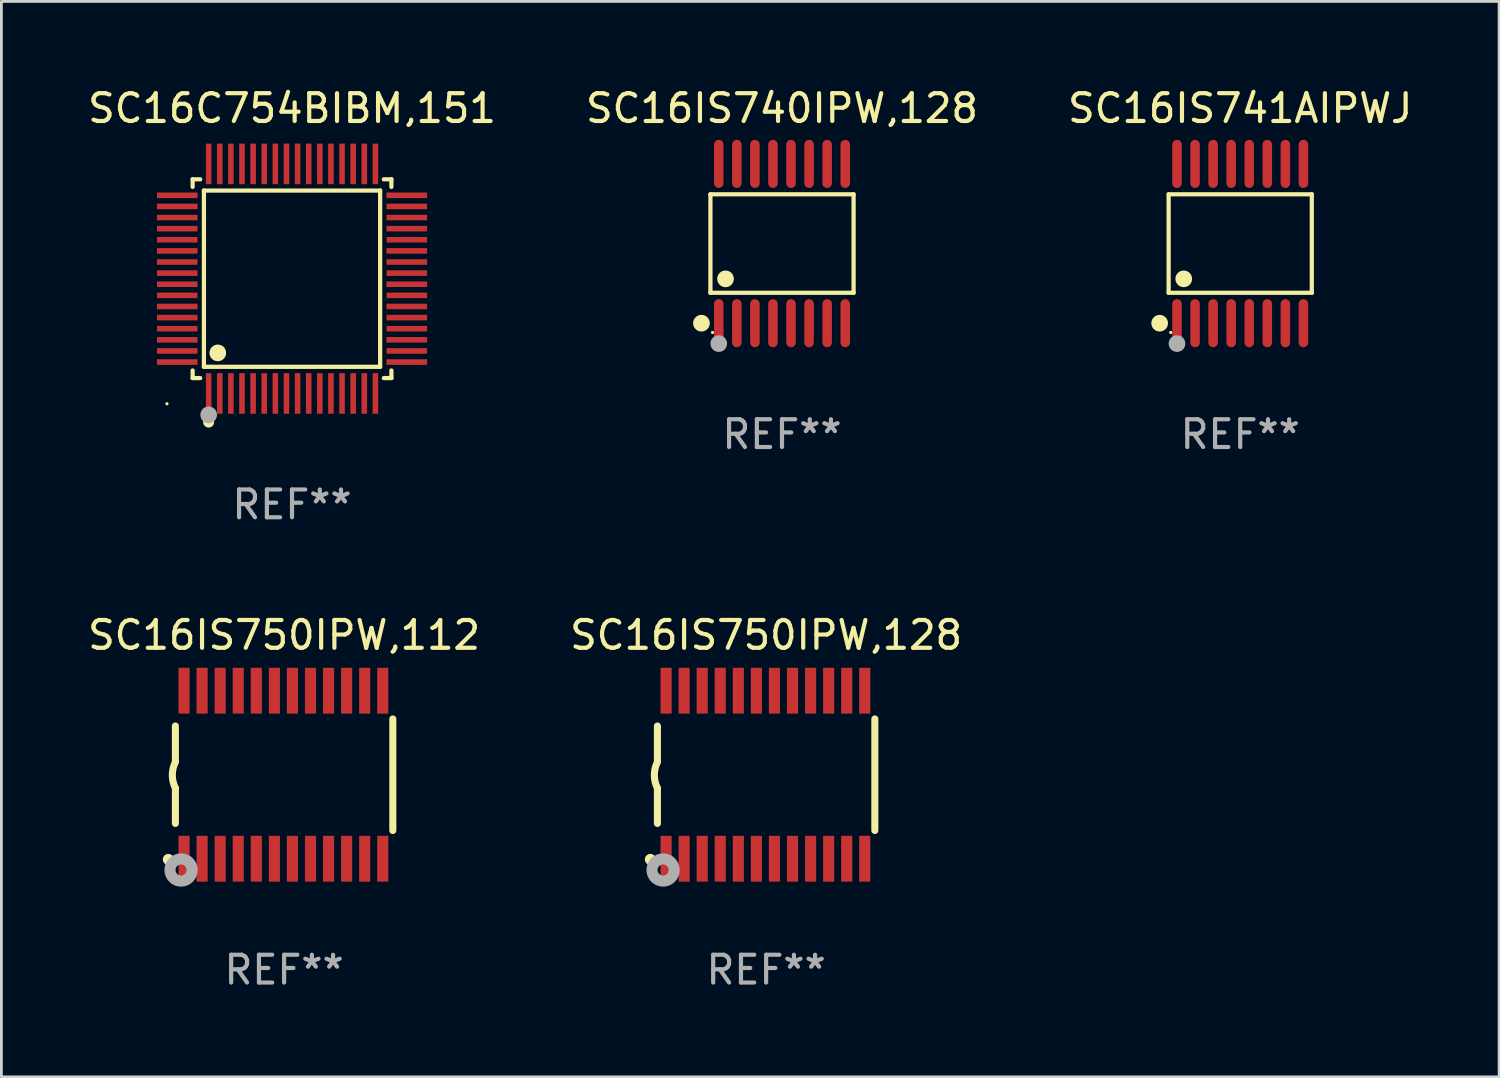
<source format=kicad_pcb>
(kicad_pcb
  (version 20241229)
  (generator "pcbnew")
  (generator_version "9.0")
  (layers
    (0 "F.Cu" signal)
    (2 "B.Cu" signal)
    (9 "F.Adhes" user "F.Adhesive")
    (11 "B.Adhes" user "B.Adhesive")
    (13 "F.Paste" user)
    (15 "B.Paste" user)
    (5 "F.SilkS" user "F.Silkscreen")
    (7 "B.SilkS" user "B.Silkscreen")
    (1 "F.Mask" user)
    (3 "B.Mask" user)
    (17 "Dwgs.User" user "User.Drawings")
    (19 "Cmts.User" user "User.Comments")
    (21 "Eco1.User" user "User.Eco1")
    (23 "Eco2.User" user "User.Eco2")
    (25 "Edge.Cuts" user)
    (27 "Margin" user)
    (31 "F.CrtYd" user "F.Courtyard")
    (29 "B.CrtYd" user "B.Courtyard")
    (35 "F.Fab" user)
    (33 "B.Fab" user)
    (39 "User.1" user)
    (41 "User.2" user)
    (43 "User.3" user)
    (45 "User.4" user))
  (footprint "SC16C754BIBM,151"
    (layer "F.Cu")
    (at 7.458 6.978)
    (property "Reference" "SC16C754BIBM,151" (at 0 -6.13 0) (layer "F.SilkS") (effects (font (size 1 1) (thickness 0.15))))
    (attr through_hole)
    (fp_line (start -3.576 -3.576) (end -3.303 -3.576) (stroke (width 0.152) (type solid)) (layer "F.SilkS"))
    (fp_line (start -3.576 -3.303) (end -3.576 -3.576) (stroke (width 0.152) (type solid)) (layer "F.SilkS"))
    (fp_line (start -3.576 3.303) (end -3.576 3.576) (stroke (width 0.152) (type solid)) (layer "F.SilkS"))
    (fp_line (start -3.576 3.576) (end -3.303 3.576) (stroke (width 0.152) (type solid)) (layer "F.SilkS"))
    (fp_line (start -3.171 -3.171) (end 3.171 -3.171) (stroke (width 0.152) (type solid)) (layer "F.SilkS"))
    (fp_line (start -3.171 3.171) (end -3.171 -3.171) (stroke (width 0.152) (type solid)) (layer "F.SilkS"))
    (fp_line (start 3.171 -3.171) (end 3.171 3.171) (stroke (width 0.152) (type solid)) (layer "F.SilkS"))
    (fp_line (start 3.171 3.171) (end -3.171 3.171) (stroke (width 0.152) (type solid)) (layer "F.SilkS"))
    (fp_line (start 3.576 -3.576) (end 3.303 -3.576) (stroke (width 0.152) (type solid)) (layer "F.SilkS"))
    (fp_line (start 3.576 -3.303) (end 3.576 -3.576) (stroke (width 0.152) (type solid)) (layer "F.SilkS"))
    (fp_line (start 3.576 3.303) (end 3.576 3.576) (stroke (width 0.152) (type solid)) (layer "F.SilkS"))
    (fp_line (start 3.576 3.576) (end 3.303 3.576) (stroke (width 0.152) (type solid)) (layer "F.SilkS"))
    (fp_circle (center -4.5 4.5) (end -4.47 4.5) (stroke (width 0.06) (type solid)) (fill no) (layer "F.SilkS"))
    (fp_circle (center -3 5.16) (end -2.9 5.16) (stroke (width 0.2) (type solid)) (fill no) (layer "F.SilkS"))
    (fp_circle (center -2.671 2.671) (end -2.521 2.671) (stroke (width 0.3) (type solid)) (fill no) (layer "F.SilkS"))
    (fp_circle (center -3 4.9) (end -2.85 4.9) (stroke (width 0.3) (type solid)) (fill no) (layer "F.Fab"))
    (fp_text user "REF**" (at 0 8.13 0) (layer "F.Fab") (effects (font (size 1 1) (thickness 0.15))))
    (pad "1" smd rect (at -3 4.13) (size 0.2 1.46) (layers "F.Cu" "F.Mask" "F.Paste"))
    (pad "2" smd rect (at -2.6 4.13) (size 0.2 1.46) (layers "F.Cu" "F.Mask" "F.Paste"))
    (pad "3" smd rect (at -2.2 4.13) (size 0.2 1.46) (layers "F.Cu" "F.Mask" "F.Paste"))
    (pad "4" smd rect (at -1.8 4.13) (size 0.2 1.46) (layers "F.Cu" "F.Mask" "F.Paste"))
    (pad "5" smd rect (at -1.4 4.13) (size 0.2 1.46) (layers "F.Cu" "F.Mask" "F.Paste"))
    (pad "6" smd rect (at -1 4.13) (size 0.2 1.46) (layers "F.Cu" "F.Mask" "F.Paste"))
    (pad "7" smd rect (at -0.6 4.13) (size 0.2 1.46) (layers "F.Cu" "F.Mask" "F.Paste"))
    (pad "8" smd rect (at -0.2 4.13) (size 0.2 1.46) (layers "F.Cu" "F.Mask" "F.Paste"))
    (pad "9" smd rect (at 0.2 4.13) (size 0.2 1.46) (layers "F.Cu" "F.Mask" "F.Paste"))
    (pad "10" smd rect (at 0.6 4.13) (size 0.2 1.46) (layers "F.Cu" "F.Mask" "F.Paste"))
    (pad "11" smd rect (at 1 4.13) (size 0.2 1.46) (layers "F.Cu" "F.Mask" "F.Paste"))
    (pad "12" smd rect (at 1.4 4.13) (size 0.2 1.46) (layers "F.Cu" "F.Mask" "F.Paste"))
    (pad "13" smd rect (at 1.8 4.13) (size 0.2 1.46) (layers "F.Cu" "F.Mask" "F.Paste"))
    (pad "14" smd rect (at 2.2 4.13) (size 0.2 1.46) (layers "F.Cu" "F.Mask" "F.Paste"))
    (pad "15" smd rect (at 2.6 4.13) (size 0.2 1.46) (layers "F.Cu" "F.Mask" "F.Paste"))
    (pad "16" smd rect (at 3 4.13) (size 0.2 1.46) (layers "F.Cu" "F.Mask" "F.Paste"))
    (pad "17" smd rect (at 4.13 3) (size 1.46 0.2) (layers "F.Cu" "F.Mask" "F.Paste"))
    (pad "18" smd rect (at 4.13 2.6) (size 1.46 0.2) (layers "F.Cu" "F.Mask" "F.Paste"))
    (pad "19" smd rect (at 4.13 2.2) (size 1.46 0.2) (layers "F.Cu" "F.Mask" "F.Paste"))
    (pad "20" smd rect (at 4.13 1.8) (size 1.46 0.2) (layers "F.Cu" "F.Mask" "F.Paste"))
    (pad "21" smd rect (at 4.13 1.4) (size 1.46 0.2) (layers "F.Cu" "F.Mask" "F.Paste"))
    (pad "22" smd rect (at 4.13 1) (size 1.46 0.2) (layers "F.Cu" "F.Mask" "F.Paste"))
    (pad "23" smd rect (at 4.13 0.6) (size 1.46 0.2) (layers "F.Cu" "F.Mask" "F.Paste"))
    (pad "24" smd rect (at 4.13 0.2) (size 1.46 0.2) (layers "F.Cu" "F.Mask" "F.Paste"))
    (pad "25" smd rect (at 4.13 -0.2) (size 1.46 0.2) (layers "F.Cu" "F.Mask" "F.Paste"))
    (pad "26" smd rect (at 4.13 -0.6) (size 1.46 0.2) (layers "F.Cu" "F.Mask" "F.Paste"))
    (pad "27" smd rect (at 4.13 -1) (size 1.46 0.2) (layers "F.Cu" "F.Mask" "F.Paste"))
    (pad "28" smd rect (at 4.13 -1.4) (size 1.46 0.2) (layers "F.Cu" "F.Mask" "F.Paste"))
    (pad "29" smd rect (at 4.13 -1.8) (size 1.46 0.2) (layers "F.Cu" "F.Mask" "F.Paste"))
    (pad "30" smd rect (at 4.13 -2.2) (size 1.46 0.2) (layers "F.Cu" "F.Mask" "F.Paste"))
    (pad "31" smd rect (at 4.13 -2.6) (size 1.46 0.2) (layers "F.Cu" "F.Mask" "F.Paste"))
    (pad "32" smd rect (at 4.13 -3) (size 1.46 0.2) (layers "F.Cu" "F.Mask" "F.Paste"))
    (pad "33" smd rect (at 3 -4.13) (size 0.2 1.46) (layers "F.Cu" "F.Mask" "F.Paste"))
    (pad "34" smd rect (at 2.6 -4.13) (size 0.2 1.46) (layers "F.Cu" "F.Mask" "F.Paste"))
    (pad "35" smd rect (at 2.2 -4.13) (size 0.2 1.46) (layers "F.Cu" "F.Mask" "F.Paste"))
    (pad "36" smd rect (at 1.8 -4.13) (size 0.2 1.46) (layers "F.Cu" "F.Mask" "F.Paste"))
    (pad "37" smd rect (at 1.4 -4.13) (size 0.2 1.46) (layers "F.Cu" "F.Mask" "F.Paste"))
    (pad "38" smd rect (at 1 -4.13) (size 0.2 1.46) (layers "F.Cu" "F.Mask" "F.Paste"))
    (pad "39" smd rect (at 0.6 -4.13) (size 0.2 1.46) (layers "F.Cu" "F.Mask" "F.Paste"))
    (pad "40" smd rect (at 0.2 -4.13) (size 0.2 1.46) (layers "F.Cu" "F.Mask" "F.Paste"))
    (pad "41" smd rect (at -0.2 -4.13) (size 0.2 1.46) (layers "F.Cu" "F.Mask" "F.Paste"))
    (pad "42" smd rect (at -0.6 -4.13) (size 0.2 1.46) (layers "F.Cu" "F.Mask" "F.Paste"))
    (pad "43" smd rect (at -1 -4.13) (size 0.2 1.46) (layers "F.Cu" "F.Mask" "F.Paste"))
    (pad "44" smd rect (at -1.4 -4.13) (size 0.2 1.46) (layers "F.Cu" "F.Mask" "F.Paste"))
    (pad "45" smd rect (at -1.8 -4.13) (size 0.2 1.46) (layers "F.Cu" "F.Mask" "F.Paste"))
    (pad "46" smd rect (at -2.2 -4.13) (size 0.2 1.46) (layers "F.Cu" "F.Mask" "F.Paste"))
    (pad "47" smd rect (at -2.6 -4.13) (size 0.2 1.46) (layers "F.Cu" "F.Mask" "F.Paste"))
    (pad "48" smd rect (at -3 -4.13) (size 0.2 1.46) (layers "F.Cu" "F.Mask" "F.Paste"))
    (pad "49" smd rect (at -4.13 -3) (size 1.46 0.2) (layers "F.Cu" "F.Mask" "F.Paste"))
    (pad "50" smd rect (at -4.13 -2.6) (size 1.46 0.2) (layers "F.Cu" "F.Mask" "F.Paste"))
    (pad "51" smd rect (at -4.13 -2.2) (size 1.46 0.2) (layers "F.Cu" "F.Mask" "F.Paste"))
    (pad "52" smd rect (at -4.13 -1.8) (size 1.46 0.2) (layers "F.Cu" "F.Mask" "F.Paste"))
    (pad "53" smd rect (at -4.13 -1.4) (size 1.46 0.2) (layers "F.Cu" "F.Mask" "F.Paste"))
    (pad "54" smd rect (at -4.13 -1) (size 1.46 0.2) (layers "F.Cu" "F.Mask" "F.Paste"))
    (pad "55" smd rect (at -4.13 -0.6) (size 1.46 0.2) (layers "F.Cu" "F.Mask" "F.Paste"))
    (pad "56" smd rect (at -4.13 -0.2) (size 1.46 0.2) (layers "F.Cu" "F.Mask" "F.Paste"))
    (pad "57" smd rect (at -4.13 0.2) (size 1.46 0.2) (layers "F.Cu" "F.Mask" "F.Paste"))
    (pad "58" smd rect (at -4.13 0.6) (size 1.46 0.2) (layers "F.Cu" "F.Mask" "F.Paste"))
    (pad "59" smd rect (at -4.13 1) (size 1.46 0.2) (layers "F.Cu" "F.Mask" "F.Paste"))
    (pad "60" smd rect (at -4.13 1.4) (size 1.46 0.2) (layers "F.Cu" "F.Mask" "F.Paste"))
    (pad "61" smd rect (at -4.13 1.8) (size 1.46 0.2) (layers "F.Cu" "F.Mask" "F.Paste"))
    (pad "62" smd rect (at -4.13 2.2) (size 1.46 0.2) (layers "F.Cu" "F.Mask" "F.Paste"))
    (pad "63" smd rect (at -4.13 2.6) (size 1.46 0.2) (layers "F.Cu" "F.Mask" "F.Paste"))
    (pad "64" smd rect (at -4.13 3) (size 1.46 0.2) (layers "F.Cu" "F.Mask" "F.Paste")))
  (footprint "SC16IS750IPW,112"
    (layer "F.Cu")
    (at 7.173 24.827)
    (property "Reference" "SC16IS750IPW,112" (at 0 -5.023 0) (layer "F.SilkS") (effects (font (size 1 1) (thickness 0.15))))
    (attr through_hole)
    (fp_line (start -3.912 -0.483) (end -3.912 -1.753) (stroke (width 0.254) (type solid)) (layer "F.SilkS"))
    (fp_line (start -3.912 1.753) (end -3.912 0.483) (stroke (width 0.254) (type solid)) (layer "F.SilkS"))
    (fp_line (start 3.912 -2.007) (end 3.912 2.007) (stroke (width 0.254) (type solid)) (layer "F.SilkS"))
    (fp_arc (start -3.911608 0.482601) (mid -4.022537 0.0127) (end -3.911608 -0.457201) (stroke (width 0.254001) (type solid)) (layer "F.SilkS"))
    (fp_circle (center -4.166 3.048) (end -4.066 3.048) (stroke (width 0.2) (type solid)) (fill no) (layer "F.SilkS"))
    (fp_circle (center -3.925 3.186) (end -3.895 3.186) (stroke (width 0.06) (type solid)) (fill no) (layer "F.SilkS"))
    (fp_circle (center -3.708 3.429) (end -3.509 3.429) (stroke (width 0.4) (type solid)) (fill no) (layer "F.Fab"))
    (fp_text user "REF**" (at 0 7.023 0) (layer "F.Fab") (effects (font (size 1 1) (thickness 0.15))))
    (pad "1" smd rect (at -3.6 3.023) (size 0.4 1.65) (layers "F.Cu" "F.Mask" "F.Paste"))
    (pad "2" smd rect (at -2.95 3.023) (size 0.4 1.65) (layers "F.Cu" "F.Mask" "F.Paste"))
    (pad "3" smd rect (at -2.3 3.023) (size 0.4 1.65) (layers "F.Cu" "F.Mask" "F.Paste"))
    (pad "4" smd rect (at -1.65 3.023) (size 0.4 1.65) (layers "F.Cu" "F.Mask" "F.Paste"))
    (pad "5" smd rect (at -1 3.023) (size 0.4 1.65) (layers "F.Cu" "F.Mask" "F.Paste"))
    (pad "6" smd rect (at -0.35 3.023) (size 0.4 1.65) (layers "F.Cu" "F.Mask" "F.Paste"))
    (pad "7" smd rect (at 0.299 3.023) (size 0.4 1.65) (layers "F.Cu" "F.Mask" "F.Paste"))
    (pad "8" smd rect (at 0.95 3.023) (size 0.4 1.65) (layers "F.Cu" "F.Mask" "F.Paste"))
    (pad "9" smd rect (at 1.6 3.023) (size 0.4 1.65) (layers "F.Cu" "F.Mask" "F.Paste"))
    (pad "10" smd rect (at 2.25 3.023) (size 0.4 1.65) (layers "F.Cu" "F.Mask" "F.Paste"))
    (pad "11" smd rect (at 2.9 3.023) (size 0.4 1.65) (layers "F.Cu" "F.Mask" "F.Paste"))
    (pad "12" smd rect (at 3.549 3.023) (size 0.4 1.65) (layers "F.Cu" "F.Mask" "F.Paste"))
    (pad "13" smd rect (at 3.549 -3.023) (size 0.4 1.65) (layers "F.Cu" "F.Mask" "F.Paste"))
    (pad "14" smd rect (at 2.9 -3.023) (size 0.4 1.65) (layers "F.Cu" "F.Mask" "F.Paste"))
    (pad "15" smd rect (at 2.25 -3.023) (size 0.4 1.65) (layers "F.Cu" "F.Mask" "F.Paste"))
    (pad "16" smd rect (at 1.6 -3.023) (size 0.4 1.65) (layers "F.Cu" "F.Mask" "F.Paste"))
    (pad "17" smd rect (at 0.95 -3.023) (size 0.4 1.65) (layers "F.Cu" "F.Mask" "F.Paste"))
    (pad "18" smd rect (at 0.299 -3.023) (size 0.4 1.65) (layers "F.Cu" "F.Mask" "F.Paste"))
    (pad "19" smd rect (at -0.35 -3.023) (size 0.4 1.65) (layers "F.Cu" "F.Mask" "F.Paste"))
    (pad "20" smd rect (at -1 -3.023) (size 0.4 1.65) (layers "F.Cu" "F.Mask" "F.Paste"))
    (pad "21" smd rect (at -1.65 -3.023) (size 0.4 1.65) (layers "F.Cu" "F.Mask" "F.Paste"))
    (pad "22" smd rect (at -2.3 -3.023) (size 0.4 1.65) (layers "F.Cu" "F.Mask" "F.Paste"))
    (pad "23" smd rect (at -2.95 -3.023) (size 0.4 1.65) (layers "F.Cu" "F.Mask" "F.Paste"))
    (pad "24" smd rect (at -3.6 -3.023) (size 0.4 1.65) (layers "F.Cu" "F.Mask" "F.Paste")))
  (footprint "SC16IS740IPW,128"
    (layer "F.Cu")
    (at 25.089 5.714)
    (property "Reference" "SC16IS740IPW,128" (at 0 -4.866 0) (layer "F.SilkS") (effects (font (size 1 1) (thickness 0.15))))
    (attr through_hole)
    (fp_line (start -2.576 -1.772) (end 2.576 -1.772) (stroke (width 0.152) (type solid)) (layer "F.SilkS"))
    (fp_line (start -2.576 1.771) (end -2.576 -1.772) (stroke (width 0.152) (type solid)) (layer "F.SilkS"))
    (fp_line (start 2.576 -1.772) (end 2.576 1.771) (stroke (width 0.152) (type solid)) (layer "F.SilkS"))
    (fp_line (start 2.576 1.771) (end -2.576 1.771) (stroke (width 0.152) (type solid)) (layer "F.SilkS"))
    (fp_circle (center -2.899 2.866) (end -2.749 2.866) (stroke (width 0.3) (type solid)) (fill no) (layer "F.SilkS"))
    (fp_circle (center -2.5 3.2) (end -2.47 3.2) (stroke (width 0.06) (type solid)) (fill no) (layer "F.SilkS"))
    (fp_circle (center -2.032 1.27) (end -1.882 1.27) (stroke (width 0.3) (type solid)) (fill no) (layer "F.SilkS"))
    (fp_circle (center -2.275 3.6) (end -2.125 3.6) (stroke (width 0.3) (type solid)) (fill no) (layer "F.Fab"))
    (fp_text user "REF**" (at 0 6.866 0) (layer "F.Fab") (effects (font (size 1 1) (thickness 0.15))))
    (pad "1" smd oval (at -2.275 2.866) (size 0.343 1.731) (layers "F.Cu" "F.Mask" "F.Paste"))
    (pad "2" smd oval (at -1.625 2.866) (size 0.343 1.731) (layers "F.Cu" "F.Mask" "F.Paste"))
    (pad "3" smd oval (at -0.975 2.866) (size 0.343 1.731) (layers "F.Cu" "F.Mask" "F.Paste"))
    (pad "4" smd oval (at -0.325 2.866) (size 0.343 1.731) (layers "F.Cu" "F.Mask" "F.Paste"))
    (pad "5" smd oval (at 0.325 2.866) (size 0.343 1.731) (layers "F.Cu" "F.Mask" "F.Paste"))
    (pad "6" smd oval (at 0.975 2.866) (size 0.343 1.731) (layers "F.Cu" "F.Mask" "F.Paste"))
    (pad "7" smd oval (at 1.625 2.866) (size 0.343 1.731) (layers "F.Cu" "F.Mask" "F.Paste"))
    (pad "8" smd oval (at 2.275 2.866) (size 0.343 1.731) (layers "F.Cu" "F.Mask" "F.Paste"))
    (pad "9" smd oval (at 2.275 -2.866) (size 0.343 1.731) (layers "F.Cu" "F.Mask" "F.Paste"))
    (pad "10" smd oval (at 1.625 -2.866) (size 0.343 1.731) (layers "F.Cu" "F.Mask" "F.Paste"))
    (pad "11" smd oval (at 0.975 -2.866) (size 0.343 1.731) (layers "F.Cu" "F.Mask" "F.Paste"))
    (pad "12" smd oval (at 0.325 -2.866) (size 0.343 1.731) (layers "F.Cu" "F.Mask" "F.Paste"))
    (pad "13" smd oval (at -0.325 -2.866) (size 0.343 1.731) (layers "F.Cu" "F.Mask" "F.Paste"))
    (pad "14" smd oval (at -0.975 -2.866) (size 0.343 1.731) (layers "F.Cu" "F.Mask" "F.Paste"))
    (pad "15" smd oval (at -1.625 -2.866) (size 0.343 1.731) (layers "F.Cu" "F.Mask" "F.Paste"))
    (pad "16" smd oval (at -2.275 -2.866) (size 0.343 1.731) (layers "F.Cu" "F.Mask" "F.Paste")))
  (footprint "SC16IS750IPW,128"
    (layer "F.Cu")
    (at 24.518 24.827)
    (property "Reference" "SC16IS750IPW,128" (at 0 -5.023 0) (layer "F.SilkS") (effects (font (size 1 1) (thickness 0.15))))
    (attr through_hole)
    (fp_line (start -3.912 -0.483) (end -3.912 -1.753) (stroke (width 0.254) (type solid)) (layer "F.SilkS"))
    (fp_line (start -3.912 1.753) (end -3.912 0.483) (stroke (width 0.254) (type solid)) (layer "F.SilkS"))
    (fp_line (start 3.912 -2.007) (end 3.912 2.007) (stroke (width 0.254) (type solid)) (layer "F.SilkS"))
    (fp_arc (start -3.911608 0.482601) (mid -4.022537 0.0127) (end -3.911608 -0.457201) (stroke (width 0.254001) (type solid)) (layer "F.SilkS"))
    (fp_circle (center -4.166 3.048) (end -4.066 3.048) (stroke (width 0.2) (type solid)) (fill no) (layer "F.SilkS"))
    (fp_circle (center -3.925 3.186) (end -3.895 3.186) (stroke (width 0.06) (type solid)) (fill no) (layer "F.SilkS"))
    (fp_circle (center -3.708 3.429) (end -3.509 3.429) (stroke (width 0.4) (type solid)) (fill no) (layer "F.Fab"))
    (fp_text user "REF**" (at 0 7.023 0) (layer "F.Fab") (effects (font (size 1 1) (thickness 0.15))))
    (pad "1" smd rect (at -3.6 3.023) (size 0.4 1.65) (layers "F.Cu" "F.Mask" "F.Paste"))
    (pad "2" smd rect (at -2.95 3.023) (size 0.4 1.65) (layers "F.Cu" "F.Mask" "F.Paste"))
    (pad "3" smd rect (at -2.3 3.023) (size 0.4 1.65) (layers "F.Cu" "F.Mask" "F.Paste"))
    (pad "4" smd rect (at -1.65 3.023) (size 0.4 1.65) (layers "F.Cu" "F.Mask" "F.Paste"))
    (pad "5" smd rect (at -1 3.023) (size 0.4 1.65) (layers "F.Cu" "F.Mask" "F.Paste"))
    (pad "6" smd rect (at -0.35 3.023) (size 0.4 1.65) (layers "F.Cu" "F.Mask" "F.Paste"))
    (pad "7" smd rect (at 0.299 3.023) (size 0.4 1.65) (layers "F.Cu" "F.Mask" "F.Paste"))
    (pad "8" smd rect (at 0.95 3.023) (size 0.4 1.65) (layers "F.Cu" "F.Mask" "F.Paste"))
    (pad "9" smd rect (at 1.6 3.023) (size 0.4 1.65) (layers "F.Cu" "F.Mask" "F.Paste"))
    (pad "10" smd rect (at 2.25 3.023) (size 0.4 1.65) (layers "F.Cu" "F.Mask" "F.Paste"))
    (pad "11" smd rect (at 2.9 3.023) (size 0.4 1.65) (layers "F.Cu" "F.Mask" "F.Paste"))
    (pad "12" smd rect (at 3.549 3.023) (size 0.4 1.65) (layers "F.Cu" "F.Mask" "F.Paste"))
    (pad "13" smd rect (at 3.549 -3.023) (size 0.4 1.65) (layers "F.Cu" "F.Mask" "F.Paste"))
    (pad "14" smd rect (at 2.9 -3.023) (size 0.4 1.65) (layers "F.Cu" "F.Mask" "F.Paste"))
    (pad "15" smd rect (at 2.25 -3.023) (size 0.4 1.65) (layers "F.Cu" "F.Mask" "F.Paste"))
    (pad "16" smd rect (at 1.6 -3.023) (size 0.4 1.65) (layers "F.Cu" "F.Mask" "F.Paste"))
    (pad "17" smd rect (at 0.95 -3.023) (size 0.4 1.65) (layers "F.Cu" "F.Mask" "F.Paste"))
    (pad "18" smd rect (at 0.299 -3.023) (size 0.4 1.65) (layers "F.Cu" "F.Mask" "F.Paste"))
    (pad "19" smd rect (at -0.35 -3.023) (size 0.4 1.65) (layers "F.Cu" "F.Mask" "F.Paste"))
    (pad "20" smd rect (at -1 -3.023) (size 0.4 1.65) (layers "F.Cu" "F.Mask" "F.Paste"))
    (pad "21" smd rect (at -1.65 -3.023) (size 0.4 1.65) (layers "F.Cu" "F.Mask" "F.Paste"))
    (pad "22" smd rect (at -2.3 -3.023) (size 0.4 1.65) (layers "F.Cu" "F.Mask" "F.Paste"))
    (pad "23" smd rect (at -2.95 -3.023) (size 0.4 1.65) (layers "F.Cu" "F.Mask" "F.Paste"))
    (pad "24" smd rect (at -3.6 -3.023) (size 0.4 1.65) (layers "F.Cu" "F.Mask" "F.Paste")))
  (footprint "SC16IS741AIPWJ"
    (layer "F.Cu")
    (at 41.577 5.714)
    (property "Reference" "SC16IS741AIPWJ" (at 0 -4.866 0) (layer "F.SilkS") (effects (font (size 1 1) (thickness 0.15))))
    (attr through_hole)
    (fp_line (start -2.576 -1.772) (end 2.576 -1.772) (stroke (width 0.152) (type solid)) (layer "F.SilkS"))
    (fp_line (start -2.576 1.771) (end -2.576 -1.772) (stroke (width 0.152) (type solid)) (layer "F.SilkS"))
    (fp_line (start 2.576 -1.772) (end 2.576 1.771) (stroke (width 0.152) (type solid)) (layer "F.SilkS"))
    (fp_line (start 2.576 1.771) (end -2.576 1.771) (stroke (width 0.152) (type solid)) (layer "F.SilkS"))
    (fp_circle (center -2.899 2.866) (end -2.749 2.866) (stroke (width 0.3) (type solid)) (fill no) (layer "F.SilkS"))
    (fp_circle (center -2.5 3.2) (end -2.47 3.2) (stroke (width 0.06) (type solid)) (fill no) (layer "F.SilkS"))
    (fp_circle (center -2.032 1.27) (end -1.882 1.27) (stroke (width 0.3) (type solid)) (fill no) (layer "F.SilkS"))
    (fp_circle (center -2.275 3.6) (end -2.125 3.6) (stroke (width 0.3) (type solid)) (fill no) (layer "F.Fab"))
    (fp_text user "REF**" (at 0 6.866 0) (layer "F.Fab") (effects (font (size 1 1) (thickness 0.15))))
    (pad "1" smd oval (at -2.275 2.866) (size 0.343 1.731) (layers "F.Cu" "F.Mask" "F.Paste"))
    (pad "2" smd oval (at -1.625 2.866) (size 0.343 1.731) (layers "F.Cu" "F.Mask" "F.Paste"))
    (pad "3" smd oval (at -0.975 2.866) (size 0.343 1.731) (layers "F.Cu" "F.Mask" "F.Paste"))
    (pad "4" smd oval (at -0.325 2.866) (size 0.343 1.731) (layers "F.Cu" "F.Mask" "F.Paste"))
    (pad "5" smd oval (at 0.325 2.866) (size 0.343 1.731) (layers "F.Cu" "F.Mask" "F.Paste"))
    (pad "6" smd oval (at 0.975 2.866) (size 0.343 1.731) (layers "F.Cu" "F.Mask" "F.Paste"))
    (pad "7" smd oval (at 1.625 2.866) (size 0.343 1.731) (layers "F.Cu" "F.Mask" "F.Paste"))
    (pad "8" smd oval (at 2.275 2.866) (size 0.343 1.731) (layers "F.Cu" "F.Mask" "F.Paste"))
    (pad "9" smd oval (at 2.275 -2.866) (size 0.343 1.731) (layers "F.Cu" "F.Mask" "F.Paste"))
    (pad "10" smd oval (at 1.625 -2.866) (size 0.343 1.731) (layers "F.Cu" "F.Mask" "F.Paste"))
    (pad "11" smd oval (at 0.975 -2.866) (size 0.343 1.731) (layers "F.Cu" "F.Mask" "F.Paste"))
    (pad "12" smd oval (at 0.325 -2.866) (size 0.343 1.731) (layers "F.Cu" "F.Mask" "F.Paste"))
    (pad "13" smd oval (at -0.325 -2.866) (size 0.343 1.731) (layers "F.Cu" "F.Mask" "F.Paste"))
    (pad "14" smd oval (at -0.975 -2.866) (size 0.343 1.731) (layers "F.Cu" "F.Mask" "F.Paste"))
    (pad "15" smd oval (at -1.625 -2.866) (size 0.343 1.731) (layers "F.Cu" "F.Mask" "F.Paste"))
    (pad "16" smd oval (at -2.275 -2.866) (size 0.343 1.731) (layers "F.Cu" "F.Mask" "F.Paste")))
  (gr_rect
    (start -3 -3)
    (end 50.893 35.698)
    (stroke (width 0.1) (type default))
    (fill no)
    (layer "Edge.Cuts")))
</source>
